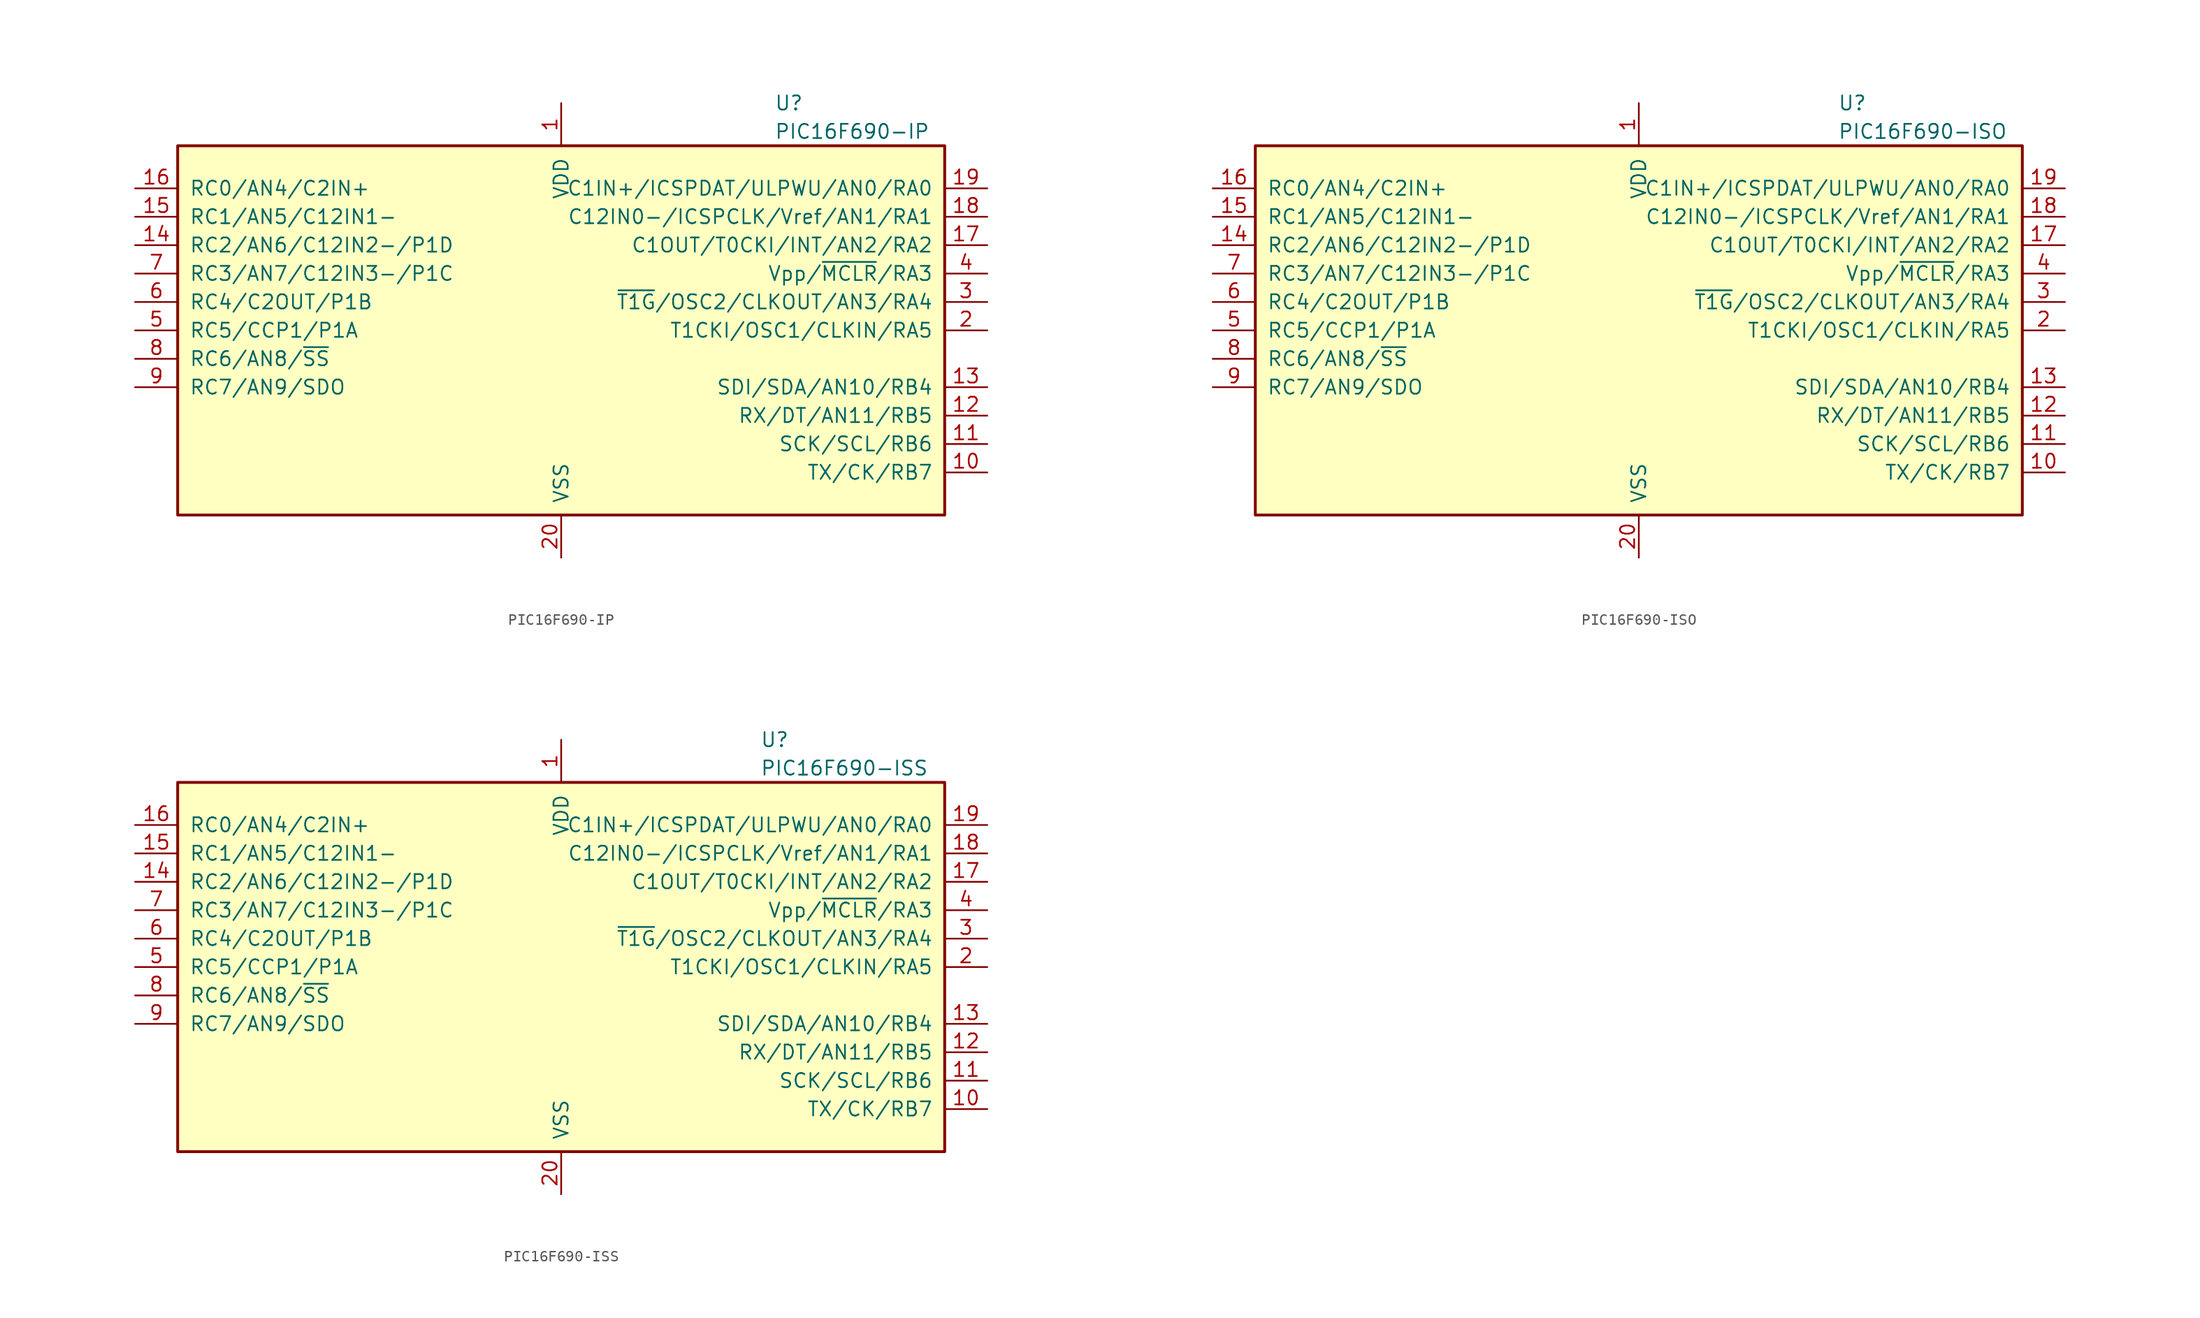
<source format=kicad_sym>
(kicad_symbol_lib
  (version 20211014)
  (generator kicad_symbol_editor)
  (symbol "PIC16F690-IP"
    (pin_names
      (offset 1.016))
    (property "Reference" "U"
      (at 19.05 20.32 0)
      (effects (font (size 1.27 1.27)) (justify left)))
    (property "Value" "PIC16F690-IP"
      (at 19.05 17.78 0)
      (effects (font (size 1.27 1.27)) (justify left)))
    (symbol "PIC16F690-IP_0_1"
      (rectangle (start -34.29 16.51) (end 34.29 -16.51) (stroke (width 0.254) (type default) (color 0 0 0 0)) (fill (type background))))
    (symbol "PIC16F690-IP_1_1"
      (pin power_in line (at 0 20.32 270) (length 3.81) (name "VDD" (effects (font (size 1.27 1.27)))) (number "1" (effects (font (size 1.27 1.27)))))
      (pin bidirectional line (at 38.1 -12.7 180) (length 3.81) (name "TX/CK/RB7" (effects (font (size 1.27 1.27)))) (number "10" (effects (font (size 1.27 1.27)))))
      (pin bidirectional line (at 38.1 -10.16 180) (length 3.81) (name "SCK/SCL/RB6" (effects (font (size 1.27 1.27)))) (number "11" (effects (font (size 1.27 1.27)))))
      (pin bidirectional line (at 38.1 -7.62 180) (length 3.81) (name "RX/DT/AN11/RB5" (effects (font (size 1.27 1.27)))) (number "12" (effects (font (size 1.27 1.27)))))
      (pin bidirectional line (at 38.1 -5.08 180) (length 3.81) (name "SDI/SDA/AN10/RB4" (effects (font (size 1.27 1.27)))) (number "13" (effects (font (size 1.27 1.27)))))
      (pin bidirectional line (at -38.1 7.62 0) (length 3.81) (name "RC2/AN6/C12IN2-/P1D" (effects (font (size 1.27 1.27)))) (number "14" (effects (font (size 1.27 1.27)))))
      (pin bidirectional line (at -38.1 10.16 0) (length 3.81) (name "RC1/AN5/C12IN1-" (effects (font (size 1.27 1.27)))) (number "15" (effects (font (size 1.27 1.27)))))
      (pin bidirectional line (at -38.1 12.7 0) (length 3.81) (name "RC0/AN4/C2IN+" (effects (font (size 1.27 1.27)))) (number "16" (effects (font (size 1.27 1.27)))))
      (pin bidirectional line (at 38.1 7.62 180) (length 3.81) (name "C1OUT/T0CKI/INT/AN2/RA2" (effects (font (size 1.27 1.27)))) (number "17" (effects (font (size 1.27 1.27)))))
      (pin bidirectional line (at 38.1 10.16 180) (length 3.81) (name "C12IN0-/ICSPCLK/Vref/AN1/RA1" (effects (font (size 1.27 1.27)))) (number "18" (effects (font (size 1.27 1.27)))))
      (pin bidirectional line (at 38.1 12.7 180) (length 3.81) (name "C1IN+/ICSPDAT/ULPWU/AN0/RA0" (effects (font (size 1.27 1.27)))) (number "19" (effects (font (size 1.27 1.27)))))
      (pin bidirectional line (at 38.1 0 180) (length 3.81) (name "T1CKI/OSC1/CLKIN/RA5" (effects (font (size 1.27 1.27)))) (number "2" (effects (font (size 1.27 1.27)))))
      (pin power_in line (at 0 -20.32 90) (length 3.81) (name "VSS" (effects (font (size 1.27 1.27)))) (number "20" (effects (font (size 1.27 1.27)))))
      (pin bidirectional line (at 38.1 2.54 180) (length 3.81) (name "~{T1G}/OSC2/CLKOUT/AN3/RA4" (effects (font (size 1.27 1.27)))) (number "3" (effects (font (size 1.27 1.27)))))
      (pin input line (at 38.1 5.08 180) (length 3.81) (name "Vpp/~{MCLR}/RA3" (effects (font (size 1.27 1.27)))) (number "4" (effects (font (size 1.27 1.27)))))
      (pin bidirectional line (at -38.1 0 0) (length 3.81) (name "RC5/CCP1/P1A" (effects (font (size 1.27 1.27)))) (number "5" (effects (font (size 1.27 1.27)))))
      (pin bidirectional line (at -38.1 2.54 0) (length 3.81) (name "RC4/C2OUT/P1B" (effects (font (size 1.27 1.27)))) (number "6" (effects (font (size 1.27 1.27)))))
      (pin bidirectional line (at -38.1 5.08 0) (length 3.81) (name "RC3/AN7/C12IN3-/P1C" (effects (font (size 1.27 1.27)))) (number "7" (effects (font (size 1.27 1.27)))))
      (pin bidirectional line (at -38.1 -2.54 0) (length 3.81) (name "RC6/AN8/~{SS}" (effects (font (size 1.27 1.27)))) (number "8" (effects (font (size 1.27 1.27)))))
      (pin bidirectional line (at -38.1 -5.08 0) (length 3.81) (name "RC7/AN9/SDO" (effects (font (size 1.27 1.27)))) (number "9" (effects (font (size 1.27 1.27)))))))
  (symbol "PIC16F690-ISO"
    (pin_names
      (offset 1.016))
    (property "Reference" "U"
      (at 17.78 20.32 0)
      (effects (font (size 1.27 1.27)) (justify left)))
    (property "Value" "PIC16F690-ISO"
      (at 17.78 17.78 0)
      (effects (font (size 1.27 1.27)) (justify left)))
    (symbol "PIC16F690-ISO_0_1"
      (rectangle (start -34.29 16.51) (end 34.29 -16.51) (stroke (width 0.254) (type default) (color 0 0 0 0)) (fill (type background))))
    (symbol "PIC16F690-ISO_1_1"
      (pin power_in line (at 0 20.32 270) (length 3.81) (name "VDD" (effects (font (size 1.27 1.27)))) (number "1" (effects (font (size 1.27 1.27)))))
      (pin bidirectional line (at 38.1 -12.7 180) (length 3.81) (name "TX/CK/RB7" (effects (font (size 1.27 1.27)))) (number "10" (effects (font (size 1.27 1.27)))))
      (pin bidirectional line (at 38.1 -10.16 180) (length 3.81) (name "SCK/SCL/RB6" (effects (font (size 1.27 1.27)))) (number "11" (effects (font (size 1.27 1.27)))))
      (pin bidirectional line (at 38.1 -7.62 180) (length 3.81) (name "RX/DT/AN11/RB5" (effects (font (size 1.27 1.27)))) (number "12" (effects (font (size 1.27 1.27)))))
      (pin bidirectional line (at 38.1 -5.08 180) (length 3.81) (name "SDI/SDA/AN10/RB4" (effects (font (size 1.27 1.27)))) (number "13" (effects (font (size 1.27 1.27)))))
      (pin bidirectional line (at -38.1 7.62 0) (length 3.81) (name "RC2/AN6/C12IN2-/P1D" (effects (font (size 1.27 1.27)))) (number "14" (effects (font (size 1.27 1.27)))))
      (pin bidirectional line (at -38.1 10.16 0) (length 3.81) (name "RC1/AN5/C12IN1-" (effects (font (size 1.27 1.27)))) (number "15" (effects (font (size 1.27 1.27)))))
      (pin bidirectional line (at -38.1 12.7 0) (length 3.81) (name "RC0/AN4/C2IN+" (effects (font (size 1.27 1.27)))) (number "16" (effects (font (size 1.27 1.27)))))
      (pin bidirectional line (at 38.1 7.62 180) (length 3.81) (name "C1OUT/T0CKI/INT/AN2/RA2" (effects (font (size 1.27 1.27)))) (number "17" (effects (font (size 1.27 1.27)))))
      (pin bidirectional line (at 38.1 10.16 180) (length 3.81) (name "C12IN0-/ICSPCLK/Vref/AN1/RA1" (effects (font (size 1.27 1.27)))) (number "18" (effects (font (size 1.27 1.27)))))
      (pin bidirectional line (at 38.1 12.7 180) (length 3.81) (name "C1IN+/ICSPDAT/ULPWU/AN0/RA0" (effects (font (size 1.27 1.27)))) (number "19" (effects (font (size 1.27 1.27)))))
      (pin bidirectional line (at 38.1 0 180) (length 3.81) (name "T1CKI/OSC1/CLKIN/RA5" (effects (font (size 1.27 1.27)))) (number "2" (effects (font (size 1.27 1.27)))))
      (pin power_in line (at 0 -20.32 90) (length 3.81) (name "VSS" (effects (font (size 1.27 1.27)))) (number "20" (effects (font (size 1.27 1.27)))))
      (pin bidirectional line (at 38.1 2.54 180) (length 3.81) (name "~{T1G}/OSC2/CLKOUT/AN3/RA4" (effects (font (size 1.27 1.27)))) (number "3" (effects (font (size 1.27 1.27)))))
      (pin input line (at 38.1 5.08 180) (length 3.81) (name "Vpp/~{MCLR}/RA3" (effects (font (size 1.27 1.27)))) (number "4" (effects (font (size 1.27 1.27)))))
      (pin bidirectional line (at -38.1 0 0) (length 3.81) (name "RC5/CCP1/P1A" (effects (font (size 1.27 1.27)))) (number "5" (effects (font (size 1.27 1.27)))))
      (pin bidirectional line (at -38.1 2.54 0) (length 3.81) (name "RC4/C2OUT/P1B" (effects (font (size 1.27 1.27)))) (number "6" (effects (font (size 1.27 1.27)))))
      (pin bidirectional line (at -38.1 5.08 0) (length 3.81) (name "RC3/AN7/C12IN3-/P1C" (effects (font (size 1.27 1.27)))) (number "7" (effects (font (size 1.27 1.27)))))
      (pin bidirectional line (at -38.1 -2.54 0) (length 3.81) (name "RC6/AN8/~{SS}" (effects (font (size 1.27 1.27)))) (number "8" (effects (font (size 1.27 1.27)))))
      (pin bidirectional line (at -38.1 -5.08 0) (length 3.81) (name "RC7/AN9/SDO" (effects (font (size 1.27 1.27)))) (number "9" (effects (font (size 1.27 1.27)))))))
  (symbol "PIC16F690-ISS"
    (pin_names
      (offset 1.016))
    (property "Reference" "U"
      (at 17.78 20.32 0)
      (effects (font (size 1.27 1.27)) (justify left)))
    (property "Value" "PIC16F690-ISS"
      (at 17.78 17.78 0)
      (effects (font (size 1.27 1.27)) (justify left)))
    (symbol "PIC16F690-ISS_0_1"
      (rectangle (start -34.29 16.51) (end 34.29 -16.51) (stroke (width 0.254) (type default) (color 0 0 0 0)) (fill (type background))))
    (symbol "PIC16F690-ISS_1_1"
      (pin power_in line (at 0 20.32 270) (length 3.81) (name "VDD" (effects (font (size 1.27 1.27)))) (number "1" (effects (font (size 1.27 1.27)))))
      (pin bidirectional line (at 38.1 -12.7 180) (length 3.81) (name "TX/CK/RB7" (effects (font (size 1.27 1.27)))) (number "10" (effects (font (size 1.27 1.27)))))
      (pin bidirectional line (at 38.1 -10.16 180) (length 3.81) (name "SCK/SCL/RB6" (effects (font (size 1.27 1.27)))) (number "11" (effects (font (size 1.27 1.27)))))
      (pin bidirectional line (at 38.1 -7.62 180) (length 3.81) (name "RX/DT/AN11/RB5" (effects (font (size 1.27 1.27)))) (number "12" (effects (font (size 1.27 1.27)))))
      (pin bidirectional line (at 38.1 -5.08 180) (length 3.81) (name "SDI/SDA/AN10/RB4" (effects (font (size 1.27 1.27)))) (number "13" (effects (font (size 1.27 1.27)))))
      (pin bidirectional line (at -38.1 7.62 0) (length 3.81) (name "RC2/AN6/C12IN2-/P1D" (effects (font (size 1.27 1.27)))) (number "14" (effects (font (size 1.27 1.27)))))
      (pin bidirectional line (at -38.1 10.16 0) (length 3.81) (name "RC1/AN5/C12IN1-" (effects (font (size 1.27 1.27)))) (number "15" (effects (font (size 1.27 1.27)))))
      (pin bidirectional line (at -38.1 12.7 0) (length 3.81) (name "RC0/AN4/C2IN+" (effects (font (size 1.27 1.27)))) (number "16" (effects (font (size 1.27 1.27)))))
      (pin bidirectional line (at 38.1 7.62 180) (length 3.81) (name "C1OUT/T0CKI/INT/AN2/RA2" (effects (font (size 1.27 1.27)))) (number "17" (effects (font (size 1.27 1.27)))))
      (pin bidirectional line (at 38.1 10.16 180) (length 3.81) (name "C12IN0-/ICSPCLK/Vref/AN1/RA1" (effects (font (size 1.27 1.27)))) (number "18" (effects (font (size 1.27 1.27)))))
      (pin bidirectional line (at 38.1 12.7 180) (length 3.81) (name "C1IN+/ICSPDAT/ULPWU/AN0/RA0" (effects (font (size 1.27 1.27)))) (number "19" (effects (font (size 1.27 1.27)))))
      (pin bidirectional line (at 38.1 0 180) (length 3.81) (name "T1CKI/OSC1/CLKIN/RA5" (effects (font (size 1.27 1.27)))) (number "2" (effects (font (size 1.27 1.27)))))
      (pin power_in line (at 0 -20.32 90) (length 3.81) (name "VSS" (effects (font (size 1.27 1.27)))) (number "20" (effects (font (size 1.27 1.27)))))
      (pin bidirectional line (at 38.1 2.54 180) (length 3.81) (name "~{T1G}/OSC2/CLKOUT/AN3/RA4" (effects (font (size 1.27 1.27)))) (number "3" (effects (font (size 1.27 1.27)))))
      (pin input line (at 38.1 5.08 180) (length 3.81) (name "Vpp/~{MCLR}/RA3" (effects (font (size 1.27 1.27)))) (number "4" (effects (font (size 1.27 1.27)))))
      (pin bidirectional line (at -38.1 0 0) (length 3.81) (name "RC5/CCP1/P1A" (effects (font (size 1.27 1.27)))) (number "5" (effects (font (size 1.27 1.27)))))
      (pin bidirectional line (at -38.1 2.54 0) (length 3.81) (name "RC4/C2OUT/P1B" (effects (font (size 1.27 1.27)))) (number "6" (effects (font (size 1.27 1.27)))))
      (pin bidirectional line (at -38.1 5.08 0) (length 3.81) (name "RC3/AN7/C12IN3-/P1C" (effects (font (size 1.27 1.27)))) (number "7" (effects (font (size 1.27 1.27)))))
      (pin bidirectional line (at -38.1 -2.54 0) (length 3.81) (name "RC6/AN8/~{SS}" (effects (font (size 1.27 1.27)))) (number "8" (effects (font (size 1.27 1.27)))))
      (pin bidirectional line (at -38.1 -5.08 0) (length 3.81) (name "RC7/AN9/SDO" (effects (font (size 1.27 1.27)))) (number "9" (effects (font (size 1.27 1.27))))))))
</source>
